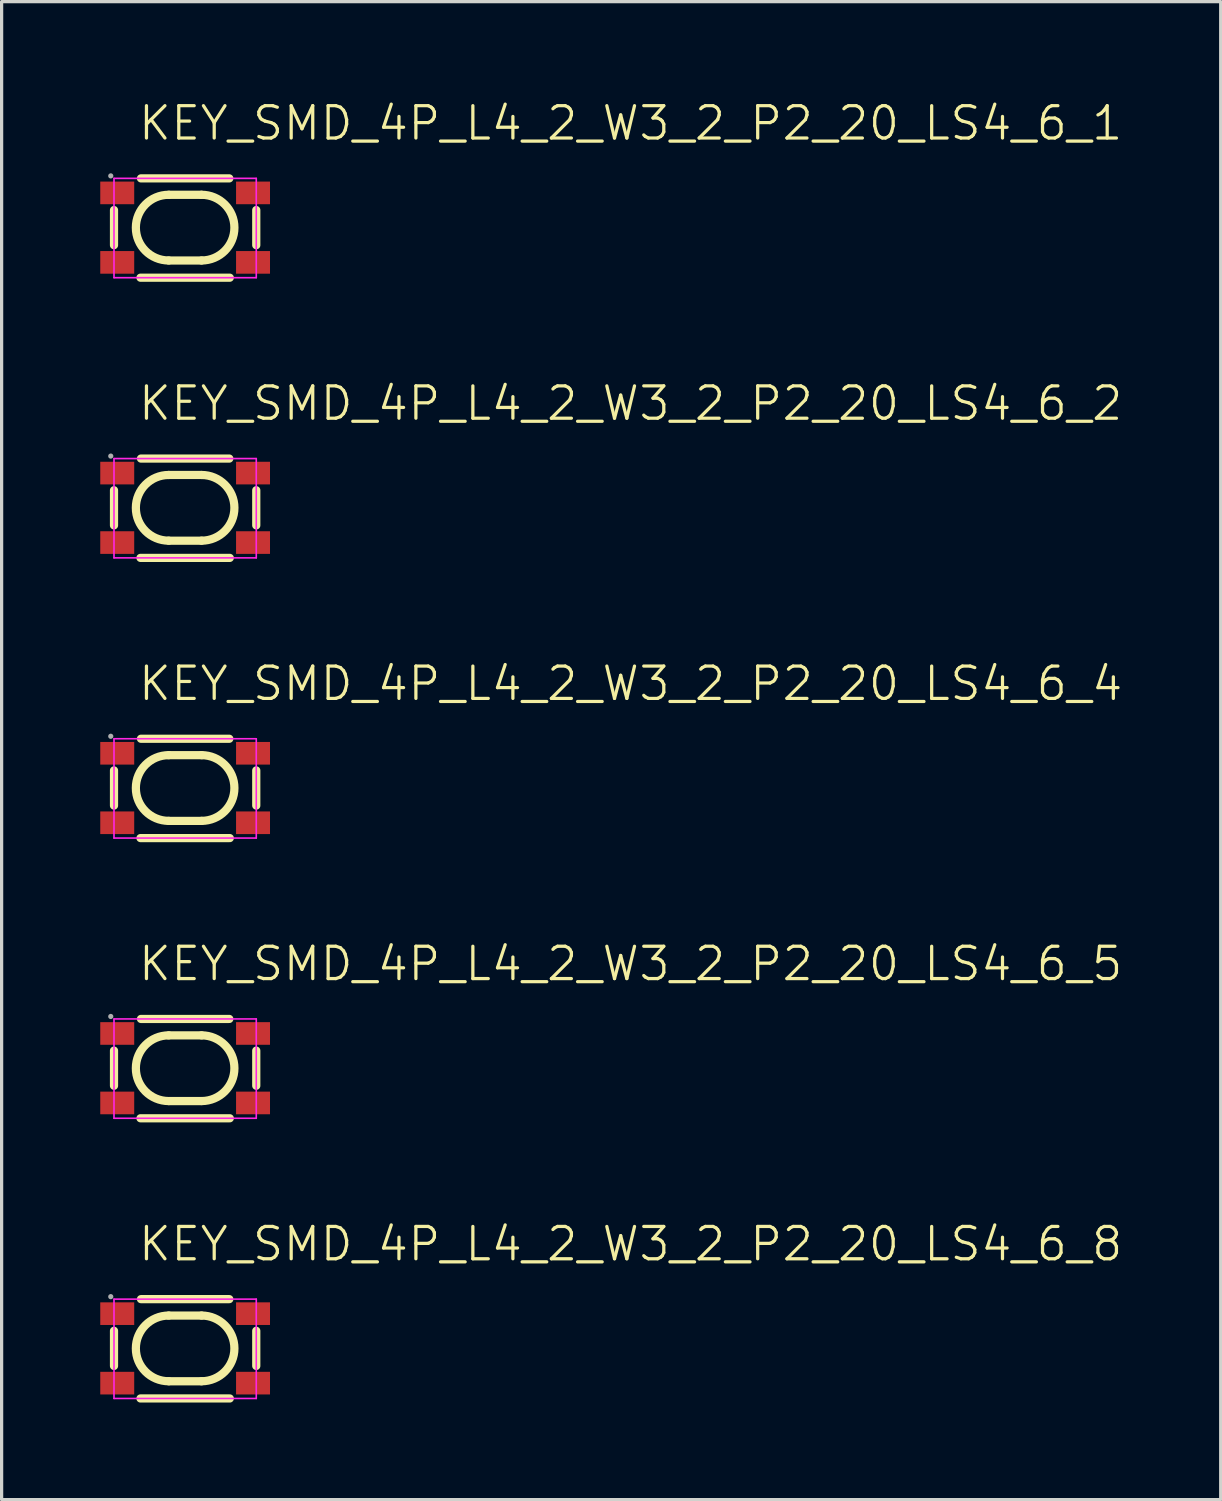
<source format=kicad_pcb>
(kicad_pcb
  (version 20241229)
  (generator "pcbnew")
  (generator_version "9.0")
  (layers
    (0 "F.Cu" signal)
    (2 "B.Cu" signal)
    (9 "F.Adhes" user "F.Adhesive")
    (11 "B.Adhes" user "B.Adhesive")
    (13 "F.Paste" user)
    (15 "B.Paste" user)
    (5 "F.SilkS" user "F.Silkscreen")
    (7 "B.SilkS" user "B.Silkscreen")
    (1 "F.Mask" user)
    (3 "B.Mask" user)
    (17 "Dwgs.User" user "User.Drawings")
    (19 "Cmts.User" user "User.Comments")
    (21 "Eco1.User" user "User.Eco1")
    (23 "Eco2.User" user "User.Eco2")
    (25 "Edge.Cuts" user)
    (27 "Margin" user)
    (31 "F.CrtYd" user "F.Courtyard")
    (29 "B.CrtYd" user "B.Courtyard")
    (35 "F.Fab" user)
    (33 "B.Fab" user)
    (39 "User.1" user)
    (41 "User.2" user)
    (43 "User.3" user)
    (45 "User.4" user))
  (footprint "KEY_SMD_4P_L4_2_W3_2_P2_20_LS4_6_2"
    (layer "F.Cu")
    (at 2.676 12.669)
    (property "Reference" "KEY_SMD_4P_L4_2_W3_2_P2_20_LS4_6_2" (at -1.5 -3.242 0) (layer "F.SilkS") (effects (font (size 1 1) (thickness 0.1)) (justify left)))
    (fp_line (start -2.2 -0.556) (end -2.2 0.53) (stroke (width 0.254) (type solid)) (layer "F.SilkS"))
    (fp_line (start -1.381 1.536) (end 1.381 1.536) (stroke (width 0.254) (type solid)) (layer "F.SilkS"))
    (fp_line (start -0.508 -1.028) (end 0.508 -1.028) (stroke (width 0.254) (type solid)) (layer "F.SilkS"))
    (fp_line (start -0.508 1.004) (end 0.508 1.004) (stroke (width 0.254) (type solid)) (layer "F.SilkS"))
    (fp_line (start 1.366 -1.536) (end -1.366 -1.536) (stroke (width 0.254) (type solid)) (layer "F.SilkS"))
    (fp_line (start 2.2 -0.556) (end 2.2 0.53) (stroke (width 0.254) (type solid)) (layer "F.SilkS"))
    (fp_arc (start -0.508 1.0035) (mid -1.524 -0.0125) (end -0.508 -1.0285) (stroke (width 0.254) (type solid)) (layer "F.SilkS"))
    (fp_arc (start 0.508 -1.0285) (mid 1.524 -0.0125) (end 0.508 1.0035) (stroke (width 0.254) (type solid)) (layer "F.SilkS"))
    (fp_line (start -2.2 -1.536) (end -2.2 1.536) (stroke (width 0.05) (type solid)) (layer "F.CrtYd"))
    (fp_line (start -2.2 1.536) (end 2.2 1.536) (stroke (width 0.05) (type solid)) (layer "F.CrtYd"))
    (fp_line (start 2.2 -1.536) (end -2.2 -1.536) (stroke (width 0.05) (type solid)) (layer "F.CrtYd"))
    (fp_line (start 2.2 1.536) (end 2.2 -1.536) (stroke (width 0.05) (type solid)) (layer "F.CrtYd"))
    (fp_poly (pts (xy -2.27 -1.613) (xy -2.271 -1.618) (xy -2.272 -1.624) (xy -2.275 -1.629) (xy -2.279 -1.634) (xy -2.283 -1.637) (xy -2.289 -1.64) (xy -2.294 -1.642) (xy -2.3 -1.643) (xy -2.306 -1.642) (xy -2.311 -1.64) (xy -2.317 -1.637) (xy -2.321 -1.634) (xy -2.325 -1.629) (xy -2.328 -1.624) (xy -2.329 -1.618) (xy -2.33 -1.613) (xy -2.329 -1.607) (xy -2.328 -1.601) (xy -2.325 -1.596) (xy -2.321 -1.591) (xy -2.317 -1.588) (xy -2.311 -1.585) (xy -2.306 -1.583) (xy -2.3 -1.583) (xy -2.294 -1.583) (xy -2.289 -1.585) (xy -2.283 -1.588) (xy -2.279 -1.591) (xy -2.275 -1.596) (xy -2.272 -1.601) (xy -2.271 -1.607)) (stroke (width 0.1) (type solid)) (fill no) (layer "F.Fab"))
    (pad "" smd rect (at -2.1 -1.087) (size 1.152 0.802) (layers "F.Mask"))
    (pad "" smd rect (at -2.1 1.062) (size 1.152 0.802) (layers "F.Mask"))
    (pad "" smd rect (at 2.1 -1.087) (size 1.152 0.802) (layers "F.Mask"))
    (pad "" smd rect (at 2.1 1.062) (size 1.152 0.802) (layers "F.Mask"))
    (pad "1" smd rect (at -2.1 -1.087) (size 1.05 0.7) (layers "F.Cu" "F.Paste"))
    (pad "2" smd rect (at 2.1 -1.087) (size 1.05 0.7) (layers "F.Cu" "F.Paste"))
    (pad "3" smd rect (at -2.1 1.062) (size 1.05 0.7) (layers "F.Cu" "F.Paste"))
    (pad "4" smd rect (at 2.1 1.062) (size 1.05 0.7) (layers "F.Cu" "F.Paste")))
  (footprint "KEY_SMD_4P_L4_2_W3_2_P2_20_LS4_6_5"
    (layer "F.Cu")
    (at 2.676 30.001)
    (property "Reference" "KEY_SMD_4P_L4_2_W3_2_P2_20_LS4_6_5" (at -1.5 -3.242 0) (layer "F.SilkS") (effects (font (size 1 1) (thickness 0.1)) (justify left)))
    (fp_line (start -2.2 -0.556) (end -2.2 0.53) (stroke (width 0.254) (type solid)) (layer "F.SilkS"))
    (fp_line (start -1.381 1.536) (end 1.381 1.536) (stroke (width 0.254) (type solid)) (layer "F.SilkS"))
    (fp_line (start -0.508 -1.028) (end 0.508 -1.028) (stroke (width 0.254) (type solid)) (layer "F.SilkS"))
    (fp_line (start -0.508 1.004) (end 0.508 1.004) (stroke (width 0.254) (type solid)) (layer "F.SilkS"))
    (fp_line (start 1.366 -1.536) (end -1.366 -1.536) (stroke (width 0.254) (type solid)) (layer "F.SilkS"))
    (fp_line (start 2.2 -0.556) (end 2.2 0.53) (stroke (width 0.254) (type solid)) (layer "F.SilkS"))
    (fp_arc (start -0.508 1.0035) (mid -1.524 -0.0125) (end -0.508 -1.0285) (stroke (width 0.254) (type solid)) (layer "F.SilkS"))
    (fp_arc (start 0.508 -1.0285) (mid 1.524 -0.0125) (end 0.508 1.0035) (stroke (width 0.254) (type solid)) (layer "F.SilkS"))
    (fp_line (start -2.2 -1.536) (end -2.2 1.536) (stroke (width 0.05) (type solid)) (layer "F.CrtYd"))
    (fp_line (start -2.2 1.536) (end 2.2 1.536) (stroke (width 0.05) (type solid)) (layer "F.CrtYd"))
    (fp_line (start 2.2 -1.536) (end -2.2 -1.536) (stroke (width 0.05) (type solid)) (layer "F.CrtYd"))
    (fp_line (start 2.2 1.536) (end 2.2 -1.536) (stroke (width 0.05) (type solid)) (layer "F.CrtYd"))
    (fp_poly (pts (xy -2.27 -1.613) (xy -2.271 -1.618) (xy -2.272 -1.624) (xy -2.275 -1.629) (xy -2.279 -1.634) (xy -2.283 -1.637) (xy -2.289 -1.64) (xy -2.294 -1.642) (xy -2.3 -1.643) (xy -2.306 -1.642) (xy -2.311 -1.64) (xy -2.317 -1.637) (xy -2.321 -1.634) (xy -2.325 -1.629) (xy -2.328 -1.624) (xy -2.329 -1.618) (xy -2.33 -1.613) (xy -2.329 -1.607) (xy -2.328 -1.601) (xy -2.325 -1.596) (xy -2.321 -1.591) (xy -2.317 -1.588) (xy -2.311 -1.585) (xy -2.306 -1.583) (xy -2.3 -1.583) (xy -2.294 -1.583) (xy -2.289 -1.585) (xy -2.283 -1.588) (xy -2.279 -1.591) (xy -2.275 -1.596) (xy -2.272 -1.601) (xy -2.271 -1.607)) (stroke (width 0.1) (type solid)) (fill no) (layer "F.Fab"))
    (pad "" smd rect (at -2.1 -1.087) (size 1.152 0.802) (layers "F.Mask"))
    (pad "" smd rect (at -2.1 1.062) (size 1.152 0.802) (layers "F.Mask"))
    (pad "" smd rect (at 2.1 -1.087) (size 1.152 0.802) (layers "F.Mask"))
    (pad "" smd rect (at 2.1 1.062) (size 1.152 0.802) (layers "F.Mask"))
    (pad "1" smd rect (at -2.1 -1.087) (size 1.05 0.7) (layers "F.Cu" "F.Paste"))
    (pad "2" smd rect (at 2.1 -1.087) (size 1.05 0.7) (layers "F.Cu" "F.Paste"))
    (pad "3" smd rect (at -2.1 1.062) (size 1.05 0.7) (layers "F.Cu" "F.Paste"))
    (pad "4" smd rect (at 2.1 1.062) (size 1.05 0.7) (layers "F.Cu" "F.Paste")))
  (footprint "KEY_SMD_4P_L4_2_W3_2_P2_20_LS4_6_4"
    (layer "F.Cu")
    (at 2.676 21.335)
    (property "Reference" "KEY_SMD_4P_L4_2_W3_2_P2_20_LS4_6_4" (at -1.5 -3.242 0) (layer "F.SilkS") (effects (font (size 1 1) (thickness 0.1)) (justify left)))
    (fp_line (start -2.2 -0.556) (end -2.2 0.53) (stroke (width 0.254) (type solid)) (layer "F.SilkS"))
    (fp_line (start -1.381 1.536) (end 1.381 1.536) (stroke (width 0.254) (type solid)) (layer "F.SilkS"))
    (fp_line (start -0.508 -1.028) (end 0.508 -1.028) (stroke (width 0.254) (type solid)) (layer "F.SilkS"))
    (fp_line (start -0.508 1.004) (end 0.508 1.004) (stroke (width 0.254) (type solid)) (layer "F.SilkS"))
    (fp_line (start 1.366 -1.536) (end -1.366 -1.536) (stroke (width 0.254) (type solid)) (layer "F.SilkS"))
    (fp_line (start 2.2 -0.556) (end 2.2 0.53) (stroke (width 0.254) (type solid)) (layer "F.SilkS"))
    (fp_arc (start -0.508 1.0035) (mid -1.524 -0.0125) (end -0.508 -1.0285) (stroke (width 0.254) (type solid)) (layer "F.SilkS"))
    (fp_arc (start 0.508 -1.0285) (mid 1.524 -0.0125) (end 0.508 1.0035) (stroke (width 0.254) (type solid)) (layer "F.SilkS"))
    (fp_line (start -2.2 -1.536) (end -2.2 1.536) (stroke (width 0.05) (type solid)) (layer "F.CrtYd"))
    (fp_line (start -2.2 1.536) (end 2.2 1.536) (stroke (width 0.05) (type solid)) (layer "F.CrtYd"))
    (fp_line (start 2.2 -1.536) (end -2.2 -1.536) (stroke (width 0.05) (type solid)) (layer "F.CrtYd"))
    (fp_line (start 2.2 1.536) (end 2.2 -1.536) (stroke (width 0.05) (type solid)) (layer "F.CrtYd"))
    (fp_poly (pts (xy -2.27 -1.613) (xy -2.271 -1.618) (xy -2.272 -1.624) (xy -2.275 -1.629) (xy -2.279 -1.634) (xy -2.283 -1.637) (xy -2.289 -1.64) (xy -2.294 -1.642) (xy -2.3 -1.643) (xy -2.306 -1.642) (xy -2.311 -1.64) (xy -2.317 -1.637) (xy -2.321 -1.634) (xy -2.325 -1.629) (xy -2.328 -1.624) (xy -2.329 -1.618) (xy -2.33 -1.613) (xy -2.329 -1.607) (xy -2.328 -1.601) (xy -2.325 -1.596) (xy -2.321 -1.591) (xy -2.317 -1.588) (xy -2.311 -1.585) (xy -2.306 -1.583) (xy -2.3 -1.583) (xy -2.294 -1.583) (xy -2.289 -1.585) (xy -2.283 -1.588) (xy -2.279 -1.591) (xy -2.275 -1.596) (xy -2.272 -1.601) (xy -2.271 -1.607)) (stroke (width 0.1) (type solid)) (fill no) (layer "F.Fab"))
    (pad "" smd rect (at -2.1 -1.087) (size 1.152 0.802) (layers "F.Mask"))
    (pad "" smd rect (at -2.1 1.062) (size 1.152 0.802) (layers "F.Mask"))
    (pad "" smd rect (at 2.1 -1.087) (size 1.152 0.802) (layers "F.Mask"))
    (pad "" smd rect (at 2.1 1.062) (size 1.152 0.802) (layers "F.Mask"))
    (pad "1" smd rect (at -2.1 -1.087) (size 1.05 0.7) (layers "F.Cu" "F.Paste"))
    (pad "2" smd rect (at 2.1 -1.087) (size 1.05 0.7) (layers "F.Cu" "F.Paste"))
    (pad "3" smd rect (at -2.1 1.062) (size 1.05 0.7) (layers "F.Cu" "F.Paste"))
    (pad "4" smd rect (at 2.1 1.062) (size 1.05 0.7) (layers "F.Cu" "F.Paste")))
  (footprint "KEY_SMD_4P_L4_2_W3_2_P2_20_LS4_6_1"
    (layer "F.Cu")
    (at 2.676 4.003)
    (property "Reference" "KEY_SMD_4P_L4_2_W3_2_P2_20_LS4_6_1" (at -1.5 -3.242 0) (layer "F.SilkS") (effects (font (size 1 1) (thickness 0.1)) (justify left)))
    (fp_line (start -2.2 -0.556) (end -2.2 0.53) (stroke (width 0.254) (type solid)) (layer "F.SilkS"))
    (fp_line (start -1.381 1.536) (end 1.381 1.536) (stroke (width 0.254) (type solid)) (layer "F.SilkS"))
    (fp_line (start -0.508 -1.028) (end 0.508 -1.028) (stroke (width 0.254) (type solid)) (layer "F.SilkS"))
    (fp_line (start -0.508 1.004) (end 0.508 1.004) (stroke (width 0.254) (type solid)) (layer "F.SilkS"))
    (fp_line (start 1.366 -1.536) (end -1.366 -1.536) (stroke (width 0.254) (type solid)) (layer "F.SilkS"))
    (fp_line (start 2.2 -0.556) (end 2.2 0.53) (stroke (width 0.254) (type solid)) (layer "F.SilkS"))
    (fp_arc (start -0.508 1.0035) (mid -1.524 -0.0125) (end -0.508 -1.0285) (stroke (width 0.254) (type solid)) (layer "F.SilkS"))
    (fp_arc (start 0.508 -1.0285) (mid 1.524 -0.0125) (end 0.508 1.0035) (stroke (width 0.254) (type solid)) (layer "F.SilkS"))
    (fp_line (start -2.2 -1.536) (end -2.2 1.536) (stroke (width 0.05) (type solid)) (layer "F.CrtYd"))
    (fp_line (start -2.2 1.536) (end 2.2 1.536) (stroke (width 0.05) (type solid)) (layer "F.CrtYd"))
    (fp_line (start 2.2 -1.536) (end -2.2 -1.536) (stroke (width 0.05) (type solid)) (layer "F.CrtYd"))
    (fp_line (start 2.2 1.536) (end 2.2 -1.536) (stroke (width 0.05) (type solid)) (layer "F.CrtYd"))
    (fp_poly (pts (xy -2.27 -1.613) (xy -2.271 -1.618) (xy -2.272 -1.624) (xy -2.275 -1.629) (xy -2.279 -1.634) (xy -2.283 -1.637) (xy -2.289 -1.64) (xy -2.294 -1.642) (xy -2.3 -1.643) (xy -2.306 -1.642) (xy -2.311 -1.64) (xy -2.317 -1.637) (xy -2.321 -1.634) (xy -2.325 -1.629) (xy -2.328 -1.624) (xy -2.329 -1.618) (xy -2.33 -1.613) (xy -2.329 -1.607) (xy -2.328 -1.601) (xy -2.325 -1.596) (xy -2.321 -1.591) (xy -2.317 -1.588) (xy -2.311 -1.585) (xy -2.306 -1.583) (xy -2.3 -1.583) (xy -2.294 -1.583) (xy -2.289 -1.585) (xy -2.283 -1.588) (xy -2.279 -1.591) (xy -2.275 -1.596) (xy -2.272 -1.601) (xy -2.271 -1.607)) (stroke (width 0.1) (type solid)) (fill no) (layer "F.Fab"))
    (pad "" smd rect (at -2.1 -1.087) (size 1.152 0.802) (layers "F.Mask"))
    (pad "" smd rect (at -2.1 1.062) (size 1.152 0.802) (layers "F.Mask"))
    (pad "" smd rect (at 2.1 -1.087) (size 1.152 0.802) (layers "F.Mask"))
    (pad "" smd rect (at 2.1 1.062) (size 1.152 0.802) (layers "F.Mask"))
    (pad "1" smd rect (at -2.1 -1.087) (size 1.05 0.7) (layers "F.Cu" "F.Paste"))
    (pad "2" smd rect (at 2.1 -1.087) (size 1.05 0.7) (layers "F.Cu" "F.Paste"))
    (pad "3" smd rect (at -2.1 1.062) (size 1.05 0.7) (layers "F.Cu" "F.Paste"))
    (pad "4" smd rect (at 2.1 1.062) (size 1.05 0.7) (layers "F.Cu" "F.Paste")))
  (footprint "KEY_SMD_4P_L4_2_W3_2_P2_20_LS4_6_8"
    (layer "F.Cu")
    (at 2.676 38.667)
    (property "Reference" "KEY_SMD_4P_L4_2_W3_2_P2_20_LS4_6_8" (at -1.5 -3.242 0) (layer "F.SilkS") (effects (font (size 1 1) (thickness 0.1)) (justify left)))
    (fp_line (start -2.2 -0.556) (end -2.2 0.53) (stroke (width 0.254) (type solid)) (layer "F.SilkS"))
    (fp_line (start -1.381 1.536) (end 1.381 1.536) (stroke (width 0.254) (type solid)) (layer "F.SilkS"))
    (fp_line (start -0.508 -1.028) (end 0.508 -1.028) (stroke (width 0.254) (type solid)) (layer "F.SilkS"))
    (fp_line (start -0.508 1.004) (end 0.508 1.004) (stroke (width 0.254) (type solid)) (layer "F.SilkS"))
    (fp_line (start 1.366 -1.536) (end -1.366 -1.536) (stroke (width 0.254) (type solid)) (layer "F.SilkS"))
    (fp_line (start 2.2 -0.556) (end 2.2 0.53) (stroke (width 0.254) (type solid)) (layer "F.SilkS"))
    (fp_arc (start -0.508 1.0035) (mid -1.524 -0.0125) (end -0.508 -1.0285) (stroke (width 0.254) (type solid)) (layer "F.SilkS"))
    (fp_arc (start 0.508 -1.0285) (mid 1.524 -0.0125) (end 0.508 1.0035) (stroke (width 0.254) (type solid)) (layer "F.SilkS"))
    (fp_line (start -2.2 -1.536) (end -2.2 1.536) (stroke (width 0.05) (type solid)) (layer "F.CrtYd"))
    (fp_line (start -2.2 1.536) (end 2.2 1.536) (stroke (width 0.05) (type solid)) (layer "F.CrtYd"))
    (fp_line (start 2.2 -1.536) (end -2.2 -1.536) (stroke (width 0.05) (type solid)) (layer "F.CrtYd"))
    (fp_line (start 2.2 1.536) (end 2.2 -1.536) (stroke (width 0.05) (type solid)) (layer "F.CrtYd"))
    (fp_poly (pts (xy -2.27 -1.613) (xy -2.271 -1.618) (xy -2.272 -1.624) (xy -2.275 -1.629) (xy -2.279 -1.634) (xy -2.283 -1.637) (xy -2.289 -1.64) (xy -2.294 -1.642) (xy -2.3 -1.643) (xy -2.306 -1.642) (xy -2.311 -1.64) (xy -2.317 -1.637) (xy -2.321 -1.634) (xy -2.325 -1.629) (xy -2.328 -1.624) (xy -2.329 -1.618) (xy -2.33 -1.613) (xy -2.329 -1.607) (xy -2.328 -1.601) (xy -2.325 -1.596) (xy -2.321 -1.591) (xy -2.317 -1.588) (xy -2.311 -1.585) (xy -2.306 -1.583) (xy -2.3 -1.583) (xy -2.294 -1.583) (xy -2.289 -1.585) (xy -2.283 -1.588) (xy -2.279 -1.591) (xy -2.275 -1.596) (xy -2.272 -1.601) (xy -2.271 -1.607)) (stroke (width 0.1) (type solid)) (fill no) (layer "F.Fab"))
    (pad "" smd rect (at -2.1 -1.087) (size 1.152 0.802) (layers "F.Mask"))
    (pad "" smd rect (at -2.1 1.062) (size 1.152 0.802) (layers "F.Mask"))
    (pad "" smd rect (at 2.1 -1.087) (size 1.152 0.802) (layers "F.Mask"))
    (pad "" smd rect (at 2.1 1.062) (size 1.152 0.802) (layers "F.Mask"))
    (pad "1" smd rect (at -2.1 -1.087) (size 1.05 0.7) (layers "F.Cu" "F.Paste"))
    (pad "2" smd rect (at 2.1 -1.087) (size 1.05 0.7) (layers "F.Cu" "F.Paste"))
    (pad "3" smd rect (at -2.1 1.062) (size 1.05 0.7) (layers "F.Cu" "F.Paste"))
    (pad "4" smd rect (at 2.1 1.062) (size 1.05 0.7) (layers "F.Cu" "F.Paste")))
  (gr_rect
    (start -3 -3)
    (end 34.705 43.331)
    (stroke (width 0.1) (type default))
    (fill no)
    (layer "Edge.Cuts")))
</source>
